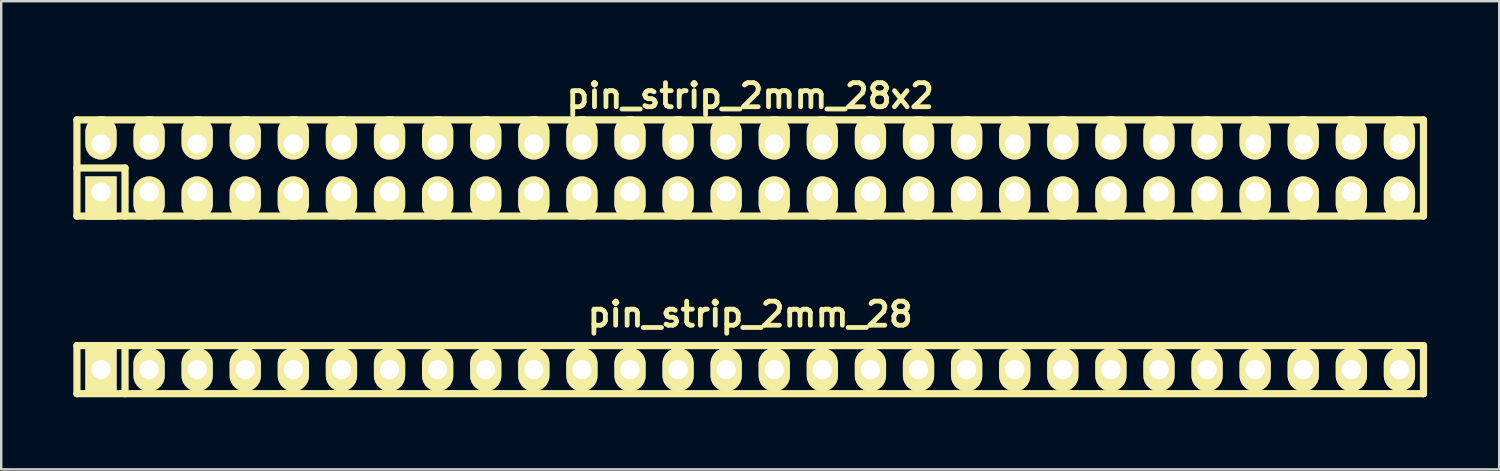
<source format=kicad_pcb>
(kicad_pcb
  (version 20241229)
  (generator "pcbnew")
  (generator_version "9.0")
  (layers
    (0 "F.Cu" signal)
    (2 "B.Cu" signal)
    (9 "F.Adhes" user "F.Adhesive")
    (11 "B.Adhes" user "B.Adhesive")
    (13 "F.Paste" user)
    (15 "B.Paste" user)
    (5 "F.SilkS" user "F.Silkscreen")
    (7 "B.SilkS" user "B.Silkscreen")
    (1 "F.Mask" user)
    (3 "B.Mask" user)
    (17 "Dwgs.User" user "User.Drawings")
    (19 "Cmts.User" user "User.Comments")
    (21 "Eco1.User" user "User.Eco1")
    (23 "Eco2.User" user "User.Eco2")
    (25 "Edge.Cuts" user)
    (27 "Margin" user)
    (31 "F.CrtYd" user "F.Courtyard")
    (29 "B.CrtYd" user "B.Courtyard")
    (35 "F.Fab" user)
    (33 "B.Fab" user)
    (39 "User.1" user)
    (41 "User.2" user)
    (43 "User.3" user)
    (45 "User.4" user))
  (footprint "pin_strip_2mm_28x2"
    (layer "F.Cu")
    (at 28.15 3.936)
    (property "Reference" "pin_strip_2mm_28x2" (at 0 -3 0) (layer "F.SilkS") (effects (font (size 1 1) (thickness 0.2))))
    (attr through_hole)
    (fp_line (start -28 -2) (end 28 -2) (stroke (width 0.3) (type solid)) (layer "F.SilkS"))
    (fp_line (start -28 0) (end -26 0) (stroke (width 0.3) (type solid)) (layer "F.SilkS"))
    (fp_line (start -28 2) (end -28 -2) (stroke (width 0.3) (type solid)) (layer "F.SilkS"))
    (fp_line (start -26 0) (end -26 2) (stroke (width 0.3) (type solid)) (layer "F.SilkS"))
    (fp_line (start 28 -2) (end 28 2) (stroke (width 0.3) (type solid)) (layer "F.SilkS"))
    (fp_line (start 28 2) (end -28 2) (stroke (width 0.3) (type solid)) (layer "F.SilkS"))
    (pad "1" thru_hole rect (at -27 1) (size 1.3 1.8) (drill 0.8 (offset 0 0.25)) (layers "*.Cu" "*.Mask" "F.SilkS"))
    (pad "2" thru_hole oval (at -27 -1) (size 1.3 1.8) (drill 0.8 (offset 0 -0.25)) (layers "*.Cu" "*.Mask" "F.SilkS"))
    (pad "3" thru_hole oval (at -25 1) (size 1.3 1.8) (drill 0.8 (offset 0 0.25)) (layers "*.Cu" "*.Mask" "F.SilkS"))
    (pad "4" thru_hole oval (at -25 -1) (size 1.3 1.8) (drill 0.8 (offset 0 -0.25)) (layers "*.Cu" "*.Mask" "F.SilkS"))
    (pad "5" thru_hole oval (at -23 1) (size 1.3 1.8) (drill 0.8 (offset 0 0.25)) (layers "*.Cu" "*.Mask" "F.SilkS"))
    (pad "6" thru_hole oval (at -23 -1) (size 1.3 1.8) (drill 0.8 (offset 0 -0.25)) (layers "*.Cu" "*.Mask" "F.SilkS"))
    (pad "7" thru_hole oval (at -21 1) (size 1.3 1.8) (drill 0.8 (offset 0 0.25)) (layers "*.Cu" "*.Mask" "F.SilkS"))
    (pad "8" thru_hole oval (at -21 -1) (size 1.3 1.8) (drill 0.8 (offset 0 -0.25)) (layers "*.Cu" "*.Mask" "F.SilkS"))
    (pad "9" thru_hole oval (at -19 1) (size 1.3 1.8) (drill 0.8 (offset 0 0.25)) (layers "*.Cu" "*.Mask" "F.SilkS"))
    (pad "10" thru_hole oval (at -19 -1) (size 1.3 1.8) (drill 0.8 (offset 0 -0.25)) (layers "*.Cu" "*.Mask" "F.SilkS"))
    (pad "11" thru_hole oval (at -17 1) (size 1.3 1.8) (drill 0.8 (offset 0 0.25)) (layers "*.Cu" "*.Mask" "F.SilkS"))
    (pad "12" thru_hole oval (at -17 -1) (size 1.3 1.8) (drill 0.8 (offset 0 -0.25)) (layers "*.Cu" "*.Mask" "F.SilkS"))
    (pad "13" thru_hole oval (at -15 1) (size 1.3 1.8) (drill 0.8 (offset 0 0.25)) (layers "*.Cu" "*.Mask" "F.SilkS"))
    (pad "14" thru_hole oval (at -15 -1) (size 1.3 1.8) (drill 0.8 (offset 0 -0.25)) (layers "*.Cu" "*.Mask" "F.SilkS"))
    (pad "15" thru_hole oval (at -13 1) (size 1.3 1.8) (drill 0.8 (offset 0 0.25)) (layers "*.Cu" "*.Mask" "F.SilkS"))
    (pad "16" thru_hole oval (at -13 -1) (size 1.3 1.8) (drill 0.8 (offset 0 -0.25)) (layers "*.Cu" "*.Mask" "F.SilkS"))
    (pad "17" thru_hole oval (at -11 1) (size 1.3 1.8) (drill 0.8 (offset 0 0.25)) (layers "*.Cu" "*.Mask" "F.SilkS"))
    (pad "18" thru_hole oval (at -11 -1) (size 1.3 1.8) (drill 0.8 (offset 0 -0.25)) (layers "*.Cu" "*.Mask" "F.SilkS"))
    (pad "19" thru_hole oval (at -9 1) (size 1.3 1.8) (drill 0.8 (offset 0 0.25)) (layers "*.Cu" "*.Mask" "F.SilkS"))
    (pad "20" thru_hole oval (at -9 -1) (size 1.3 1.8) (drill 0.8 (offset 0 -0.25)) (layers "*.Cu" "*.Mask" "F.SilkS"))
    (pad "21" thru_hole oval (at -7 1) (size 1.3 1.8) (drill 0.8 (offset 0 0.25)) (layers "*.Cu" "*.Mask" "F.SilkS"))
    (pad "22" thru_hole oval (at -7 -1) (size 1.3 1.8) (drill 0.8 (offset 0 -0.25)) (layers "*.Cu" "*.Mask" "F.SilkS"))
    (pad "23" thru_hole oval (at -5 1) (size 1.3 1.8) (drill 0.8 (offset 0 0.25)) (layers "*.Cu" "*.Mask" "F.SilkS"))
    (pad "24" thru_hole oval (at -5 -1) (size 1.3 1.8) (drill 0.8 (offset 0 -0.25)) (layers "*.Cu" "*.Mask" "F.SilkS"))
    (pad "25" thru_hole oval (at -3 1) (size 1.3 1.8) (drill 0.8 (offset 0 0.25)) (layers "*.Cu" "*.Mask" "F.SilkS"))
    (pad "26" thru_hole oval (at -3 -1) (size 1.3 1.8) (drill 0.8 (offset 0 -0.25)) (layers "*.Cu" "*.Mask" "F.SilkS"))
    (pad "27" thru_hole oval (at -1 1) (size 1.3 1.8) (drill 0.8 (offset 0 0.25)) (layers "*.Cu" "*.Mask" "F.SilkS"))
    (pad "28" thru_hole oval (at -1 -1) (size 1.3 1.8) (drill 0.8 (offset 0 -0.25)) (layers "*.Cu" "*.Mask" "F.SilkS"))
    (pad "29" thru_hole oval (at 1 1) (size 1.3 1.8) (drill 0.8 (offset 0 0.25)) (layers "*.Cu" "*.Mask" "F.SilkS"))
    (pad "30" thru_hole oval (at 1 -1) (size 1.3 1.8) (drill 0.8 (offset 0 -0.25)) (layers "*.Cu" "*.Mask" "F.SilkS"))
    (pad "31" thru_hole oval (at 3 1) (size 1.3 1.8) (drill 0.8 (offset 0 0.25)) (layers "*.Cu" "*.Mask" "F.SilkS"))
    (pad "32" thru_hole oval (at 3 -1) (size 1.3 1.8) (drill 0.8 (offset 0 -0.25)) (layers "*.Cu" "*.Mask" "F.SilkS"))
    (pad "33" thru_hole oval (at 5 1) (size 1.3 1.8) (drill 0.8 (offset 0 0.25)) (layers "*.Cu" "*.Mask" "F.SilkS"))
    (pad "34" thru_hole oval (at 5 -1) (size 1.3 1.8) (drill 0.8 (offset 0 -0.25)) (layers "*.Cu" "*.Mask" "F.SilkS"))
    (pad "35" thru_hole oval (at 7 1) (size 1.3 1.8) (drill 0.8 (offset 0 0.25)) (layers "*.Cu" "*.Mask" "F.SilkS"))
    (pad "36" thru_hole oval (at 7 -1) (size 1.3 1.8) (drill 0.8 (offset 0 -0.25)) (layers "*.Cu" "*.Mask" "F.SilkS"))
    (pad "37" thru_hole oval (at 9 1) (size 1.3 1.8) (drill 0.8 (offset 0 0.25)) (layers "*.Cu" "*.Mask" "F.SilkS"))
    (pad "38" thru_hole oval (at 9 -1) (size 1.3 1.8) (drill 0.8 (offset 0 -0.25)) (layers "*.Cu" "*.Mask" "F.SilkS"))
    (pad "39" thru_hole oval (at 11 1) (size 1.3 1.8) (drill 0.8 (offset 0 0.25)) (layers "*.Cu" "*.Mask" "F.SilkS"))
    (pad "40" thru_hole oval (at 11 -1) (size 1.3 1.8) (drill 0.8 (offset 0 -0.25)) (layers "*.Cu" "*.Mask" "F.SilkS"))
    (pad "41" thru_hole oval (at 13 1) (size 1.3 1.8) (drill 0.8 (offset 0 0.25)) (layers "*.Cu" "*.Mask" "F.SilkS"))
    (pad "42" thru_hole oval (at 13 -1) (size 1.3 1.8) (drill 0.8 (offset 0 -0.25)) (layers "*.Cu" "*.Mask" "F.SilkS"))
    (pad "43" thru_hole oval (at 15 1) (size 1.3 1.8) (drill 0.8 (offset 0 0.25)) (layers "*.Cu" "*.Mask" "F.SilkS"))
    (pad "44" thru_hole oval (at 15 -1) (size 1.3 1.8) (drill 0.8 (offset 0 -0.25)) (layers "*.Cu" "*.Mask" "F.SilkS"))
    (pad "45" thru_hole oval (at 17 1) (size 1.3 1.8) (drill 0.8 (offset 0 0.25)) (layers "*.Cu" "*.Mask" "F.SilkS"))
    (pad "46" thru_hole oval (at 17 -1) (size 1.3 1.8) (drill 0.8 (offset 0 -0.25)) (layers "*.Cu" "*.Mask" "F.SilkS"))
    (pad "47" thru_hole oval (at 19 1) (size 1.3 1.8) (drill 0.8 (offset 0 0.25)) (layers "*.Cu" "*.Mask" "F.SilkS"))
    (pad "48" thru_hole oval (at 19 -1) (size 1.3 1.8) (drill 0.8 (offset 0 -0.25)) (layers "*.Cu" "*.Mask" "F.SilkS"))
    (pad "49" thru_hole oval (at 21 1) (size 1.3 1.8) (drill 0.8 (offset 0 0.25)) (layers "*.Cu" "*.Mask" "F.SilkS"))
    (pad "50" thru_hole oval (at 21 -1) (size 1.3 1.8) (drill 0.8 (offset 0 -0.25)) (layers "*.Cu" "*.Mask" "F.SilkS"))
    (pad "51" thru_hole oval (at 23 1) (size 1.3 1.8) (drill 0.8 (offset 0 0.25)) (layers "*.Cu" "*.Mask" "F.SilkS"))
    (pad "52" thru_hole oval (at 23 -1) (size 1.3 1.8) (drill 0.8 (offset 0 -0.25)) (layers "*.Cu" "*.Mask" "F.SilkS"))
    (pad "53" thru_hole oval (at 25 1) (size 1.3 1.8) (drill 0.8 (offset 0 0.25)) (layers "*.Cu" "*.Mask" "F.SilkS"))
    (pad "54" thru_hole oval (at 25 -1) (size 1.3 1.8) (drill 0.8 (offset 0 -0.25)) (layers "*.Cu" "*.Mask" "F.SilkS"))
    (pad "55" thru_hole oval (at 27 1) (size 1.3 1.8) (drill 0.8 (offset 0 0.25)) (layers "*.Cu" "*.Mask" "F.SilkS"))
    (pad "56" thru_hole oval (at 27 -1) (size 1.3 1.8) (drill 0.8 (offset 0 -0.25)) (layers "*.Cu" "*.Mask" "F.SilkS")))
  (footprint "pin_strip_2mm_28"
    (layer "F.Cu")
    (at 28.15 12.322)
    (property "Reference" "pin_strip_2mm_28" (at 0 -2.3 0) (layer "F.SilkS") (effects (font (size 1 1) (thickness 0.2))))
    (attr through_hole)
    (fp_line (start -28 -1) (end 28 -1) (stroke (width 0.3) (type solid)) (layer "F.SilkS"))
    (fp_line (start -28 1) (end -28 -1) (stroke (width 0.3) (type solid)) (layer "F.SilkS"))
    (fp_line (start -26 -1) (end -26 1) (stroke (width 0.3) (type solid)) (layer "F.SilkS"))
    (fp_line (start 28 -1) (end 28 1) (stroke (width 0.3) (type solid)) (layer "F.SilkS"))
    (fp_line (start 28 1) (end -28 1) (stroke (width 0.3) (type solid)) (layer "F.SilkS"))
    (pad "1" thru_hole rect (at -27 0) (size 1.3 1.8) (drill 0.8) (layers "*.Cu" "*.Mask" "F.SilkS"))
    (pad "2" thru_hole oval (at -25 0) (size 1.3 1.8) (drill 0.8) (layers "*.Cu" "*.Mask" "F.SilkS"))
    (pad "3" thru_hole oval (at -23 0) (size 1.3 1.8) (drill 0.8) (layers "*.Cu" "*.Mask" "F.SilkS"))
    (pad "4" thru_hole oval (at -21 0) (size 1.3 1.8) (drill 0.8) (layers "*.Cu" "*.Mask" "F.SilkS"))
    (pad "5" thru_hole oval (at -19 0) (size 1.3 1.8) (drill 0.8) (layers "*.Cu" "*.Mask" "F.SilkS"))
    (pad "6" thru_hole oval (at -17 0) (size 1.3 1.8) (drill 0.8) (layers "*.Cu" "*.Mask" "F.SilkS"))
    (pad "7" thru_hole oval (at -15 0) (size 1.3 1.8) (drill 0.8) (layers "*.Cu" "*.Mask" "F.SilkS"))
    (pad "8" thru_hole oval (at -13 0) (size 1.3 1.8) (drill 0.8) (layers "*.Cu" "*.Mask" "F.SilkS"))
    (pad "9" thru_hole oval (at -11 0) (size 1.3 1.8) (drill 0.8) (layers "*.Cu" "*.Mask" "F.SilkS"))
    (pad "10" thru_hole oval (at -9 0) (size 1.3 1.8) (drill 0.8) (layers "*.Cu" "*.Mask" "F.SilkS"))
    (pad "11" thru_hole oval (at -7 0) (size 1.3 1.8) (drill 0.8) (layers "*.Cu" "*.Mask" "F.SilkS"))
    (pad "12" thru_hole oval (at -5 0) (size 1.3 1.8) (drill 0.8) (layers "*.Cu" "*.Mask" "F.SilkS"))
    (pad "13" thru_hole oval (at -3 0) (size 1.3 1.8) (drill 0.8) (layers "*.Cu" "*.Mask" "F.SilkS"))
    (pad "14" thru_hole oval (at -1 0) (size 1.3 1.8) (drill 0.8) (layers "*.Cu" "*.Mask" "F.SilkS"))
    (pad "15" thru_hole oval (at 1 0) (size 1.3 1.8) (drill 0.8) (layers "*.Cu" "*.Mask" "F.SilkS"))
    (pad "16" thru_hole oval (at 3 0) (size 1.3 1.8) (drill 0.8) (layers "*.Cu" "*.Mask" "F.SilkS"))
    (pad "17" thru_hole oval (at 5 0) (size 1.3 1.8) (drill 0.8) (layers "*.Cu" "*.Mask" "F.SilkS"))
    (pad "18" thru_hole oval (at 7 0) (size 1.3 1.8) (drill 0.8) (layers "*.Cu" "*.Mask" "F.SilkS"))
    (pad "19" thru_hole oval (at 9 0) (size 1.3 1.8) (drill 0.8) (layers "*.Cu" "*.Mask" "F.SilkS"))
    (pad "20" thru_hole oval (at 11 0) (size 1.3 1.8) (drill 0.8) (layers "*.Cu" "*.Mask" "F.SilkS"))
    (pad "21" thru_hole oval (at 13 0) (size 1.3 1.8) (drill 0.8) (layers "*.Cu" "*.Mask" "F.SilkS"))
    (pad "22" thru_hole oval (at 15 0) (size 1.3 1.8) (drill 0.8) (layers "*.Cu" "*.Mask" "F.SilkS"))
    (pad "23" thru_hole oval (at 17 0) (size 1.3 1.8) (drill 0.8) (layers "*.Cu" "*.Mask" "F.SilkS"))
    (pad "24" thru_hole oval (at 19 0) (size 1.3 1.8) (drill 0.8) (layers "*.Cu" "*.Mask" "F.SilkS"))
    (pad "25" thru_hole oval (at 21 0) (size 1.3 1.8) (drill 0.8) (layers "*.Cu" "*.Mask" "F.SilkS"))
    (pad "26" thru_hole oval (at 23 0) (size 1.3 1.8) (drill 0.8) (layers "*.Cu" "*.Mask" "F.SilkS"))
    (pad "27" thru_hole oval (at 25 0) (size 1.3 1.8) (drill 0.8) (layers "*.Cu" "*.Mask" "F.SilkS"))
    (pad "28" thru_hole oval (at 27 0) (size 1.3 1.8) (drill 0.8) (layers "*.Cu" "*.Mask" "F.SilkS")))
  (gr_rect
    (start -3 -3)
    (end 59.3 16.472)
    (stroke (width 0.1) (type default))
    (fill no)
    (layer "Edge.Cuts")))
</source>
